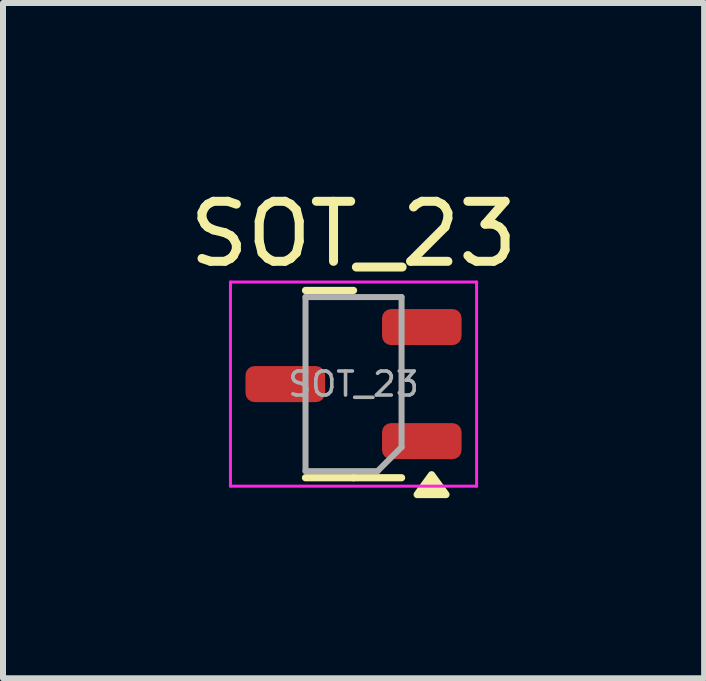
<source format=kicad_pcb>
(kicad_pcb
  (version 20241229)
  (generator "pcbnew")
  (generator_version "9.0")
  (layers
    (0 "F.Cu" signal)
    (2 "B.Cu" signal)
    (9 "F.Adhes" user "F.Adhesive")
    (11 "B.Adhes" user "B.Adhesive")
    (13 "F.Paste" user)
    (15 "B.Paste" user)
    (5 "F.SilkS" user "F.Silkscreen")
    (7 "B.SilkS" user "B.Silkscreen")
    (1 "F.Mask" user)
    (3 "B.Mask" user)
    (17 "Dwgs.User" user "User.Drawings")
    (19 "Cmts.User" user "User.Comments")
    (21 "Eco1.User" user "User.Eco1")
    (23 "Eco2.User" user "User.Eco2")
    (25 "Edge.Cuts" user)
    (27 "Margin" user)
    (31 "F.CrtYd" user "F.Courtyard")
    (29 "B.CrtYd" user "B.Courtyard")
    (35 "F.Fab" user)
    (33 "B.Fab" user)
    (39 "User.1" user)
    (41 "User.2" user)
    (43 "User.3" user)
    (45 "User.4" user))
  (footprint "SOT_23"
    (layer "F.Cu")
    (at 2.839 3.348)
    (property "Reference" "SOT_23" (at 0 -2.5 0) (unlocked yes) (layer "F.SilkS") (effects (font (size 1 1) (thickness 0.15))))
    (attr smd)
    (fp_line (start 0 -1.56) (end -0.8 -1.56) (stroke (width 0.12) (type solid)) (layer "F.SilkS"))
    (fp_line (start 0 1.56) (end -0.8 1.56) (stroke (width 0.12) (type solid)) (layer "F.SilkS"))
    (fp_line (start 0 1.56) (end 0.8 1.56) (stroke (width 0.12) (type solid)) (layer "F.SilkS"))
    (fp_poly (pts (xy 1.3 1.51) (xy 1.54 1.84) (xy 1.06 1.84) (xy 1.3 1.51)) (stroke (width 0.12) (type solid)) (fill yes) (layer "F.SilkS"))
    (fp_line (start -2.05 1.7) (end -2.05 -1.7) (stroke (width 0.05) (type solid)) (layer "F.CrtYd"))
    (fp_line (start -2.05 1.7) (end 2.05 1.7) (stroke (width 0.05) (type solid)) (layer "F.CrtYd"))
    (fp_line (start 2.05 -1.7) (end -2.05 -1.7) (stroke (width 0.05) (type solid)) (layer "F.CrtYd"))
    (fp_line (start 2.05 1.7) (end 2.05 -1.7) (stroke (width 0.05) (type solid)) (layer "F.CrtYd"))
    (fp_line (start -0.8 -1.45) (end 0.8 -1.45) (stroke (width 0.1) (type solid)) (layer "F.Fab"))
    (fp_line (start -0.8 1.45) (end -0.8 -1.45) (stroke (width 0.1) (type solid)) (layer "F.Fab"))
    (fp_line (start 0.4 1.45) (end -0.8 1.45) (stroke (width 0.1) (type solid)) (layer "F.Fab"))
    (fp_line (start 0.8 -1.45) (end 0.8 1.05) (stroke (width 0.1) (type solid)) (layer "F.Fab"))
    (fp_line (start 0.8 1.05) (end 0.4 1.45) (stroke (width 0.1) (type solid)) (layer "F.Fab"))
    (fp_text user "${REFERENCE}" (at 0 0 0) (unlocked yes) (layer "F.Fab") (effects (font (size 0.4 0.4) (thickness 0.06))))
    (pad "1" smd roundrect (at 1.137 0.95) (size 1.325 0.6) (layers "F.Cu" "F.Mask" "F.Paste") (roundrect_rratio 0.25))
    (pad "2" smd roundrect (at 1.137 -0.95) (size 1.325 0.6) (layers "F.Cu" "F.Mask" "F.Paste") (roundrect_rratio 0.25))
    (pad "3" smd roundrect (at -1.137 0) (size 1.325 0.6) (layers "F.Cu" "F.Mask" "F.Paste") (roundrect_rratio 0.25)))
  (gr_rect
    (start -3 -3)
    (end 8.679 8.248)
    (stroke (width 0.1) (type default))
    (fill no)
    (layer "Edge.Cuts")))
</source>
